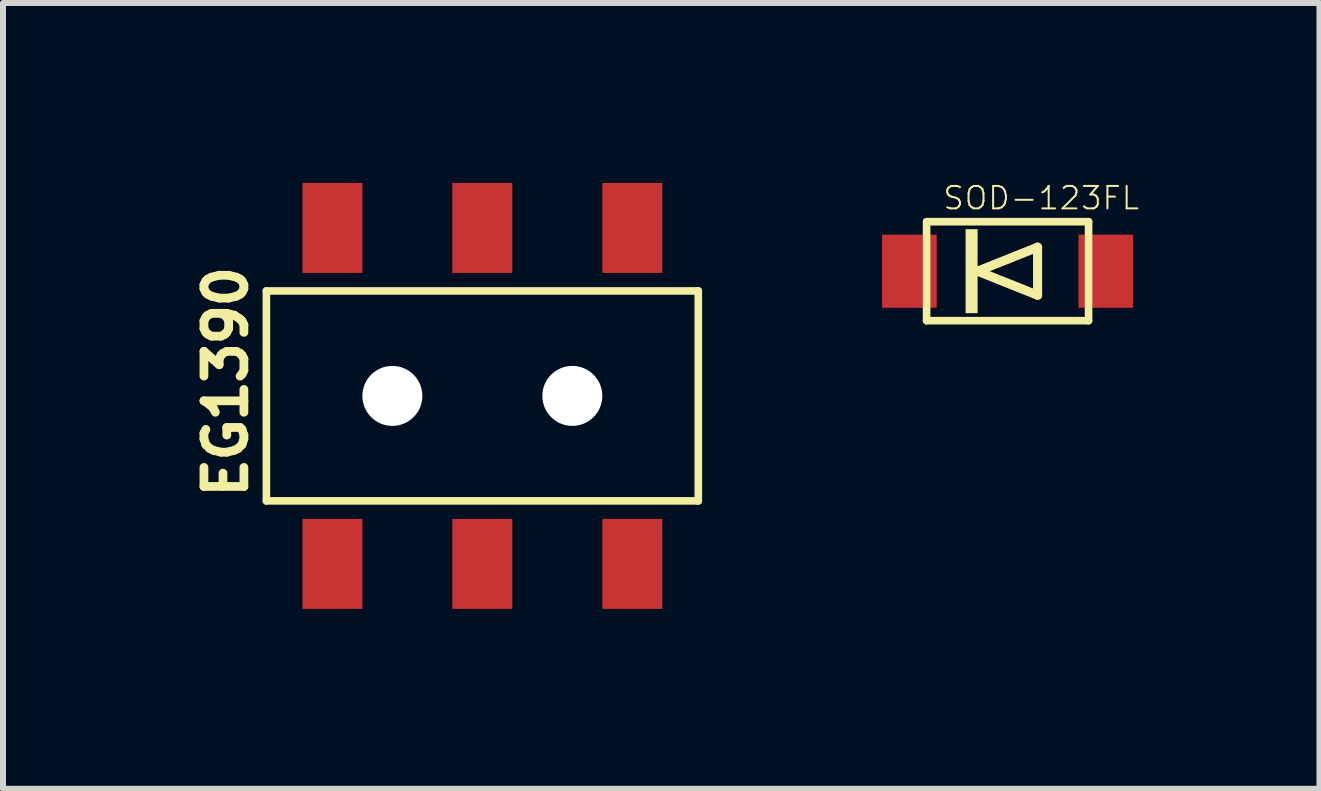
<source format=kicad_pcb>
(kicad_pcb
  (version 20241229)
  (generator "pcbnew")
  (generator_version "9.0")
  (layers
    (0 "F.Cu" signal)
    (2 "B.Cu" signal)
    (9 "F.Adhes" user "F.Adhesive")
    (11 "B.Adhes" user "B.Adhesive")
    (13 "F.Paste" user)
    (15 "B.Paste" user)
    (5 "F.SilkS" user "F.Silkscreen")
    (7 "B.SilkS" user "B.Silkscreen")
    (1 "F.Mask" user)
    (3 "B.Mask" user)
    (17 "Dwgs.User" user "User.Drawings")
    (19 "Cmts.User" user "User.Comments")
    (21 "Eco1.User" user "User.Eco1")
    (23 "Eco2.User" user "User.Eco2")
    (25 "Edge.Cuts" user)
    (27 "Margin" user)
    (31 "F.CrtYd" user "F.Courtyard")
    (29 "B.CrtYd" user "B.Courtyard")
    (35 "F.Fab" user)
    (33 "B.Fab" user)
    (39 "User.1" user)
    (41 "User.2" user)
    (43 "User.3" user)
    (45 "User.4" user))
  (footprint "SOD-123FL"
    (layer "F.Cu")
    (at 13.747 1.471)
    (property "Reference" "SOD-123FL" (at -1.1 -1 0) (layer "F.SilkS") (effects (font (size 0.374 0.374) (thickness 0.033)) (justify left bottom)))
    (fp_line (start -1.35 -0.825) (end 1.35 -0.825) (stroke (width 0.127) (type solid)) (layer "F.SilkS"))
    (fp_line (start -1.35 0.825) (end -1.35 -0.825) (stroke (width 0.127) (type solid)) (layer "F.SilkS"))
    (fp_line (start -0.5 0) (end 0.5 -0.4) (stroke (width 0.152) (type solid)) (layer "F.SilkS"))
    (fp_line (start 0.5 -0.4) (end 0.5 0.4) (stroke (width 0.152) (type solid)) (layer "F.SilkS"))
    (fp_line (start 0.5 0.4) (end -0.5 0) (stroke (width 0.152) (type solid)) (layer "F.SilkS"))
    (fp_line (start 1.35 -0.825) (end 1.35 0.825) (stroke (width 0.127) (type solid)) (layer "F.SilkS"))
    (fp_line (start 1.35 0.825) (end -1.35 0.825) (stroke (width 0.127) (type solid)) (layer "F.SilkS"))
    (fp_poly (pts (xy -0.7 0.7) (xy -0.5 0.7) (xy -0.5 -0.7) (xy -0.7 -0.7)) (stroke (width 0) (type default)) (fill yes) (layer "F.SilkS"))
    (pad "A" smd rect (at 1.637 0) (size 0.91 1.22) (layers "F.Cu" "F.Mask" "F.Paste"))
    (pad "C" smd rect (at -1.637 0) (size 0.91 1.22) (layers "F.Cu" "F.Mask" "F.Paste")))
  (footprint "EG1390"
    (layer "F.Cu")
    (at 4.991 3.55)
    (property "Reference" "EG1390" (at -3.886 1.764 90) (layer "F.SilkS") (effects (font (size 0.666 0.666) (thickness 0.146)) (justify left bottom)))
    (fp_line (start -3.6 -1.75) (end 3.6 -1.75) (stroke (width 0.127) (type solid)) (layer "F.SilkS"))
    (fp_line (start -3.6 1.75) (end -3.6 -1.75) (stroke (width 0.127) (type solid)) (layer "F.SilkS"))
    (fp_line (start 3.6 -1.75) (end 3.6 1.75) (stroke (width 0.127) (type solid)) (layer "F.SilkS"))
    (fp_line (start 3.6 1.75) (end -3.6 1.75) (stroke (width 0.127) (type solid)) (layer "F.SilkS"))
    (pad "" np_thru_hole circle (at -1.5 0) (size 1 1) (drill 1) (layers "*.Cu" "*.Mask"))
    (pad "" np_thru_hole circle (at 1.5 0) (size 1 1) (drill 1) (layers "*.Cu" "*.Mask"))
    (pad "O1" smd rect (at -2.5 -2.8) (size 1 1.5) (layers "F.Cu" "F.Mask" "F.Paste"))
    (pad "O2" smd rect (at -2.5 2.8) (size 1 1.5) (layers "F.Cu" "F.Mask" "F.Paste"))
    (pad "P1" smd rect (at 0 -2.8) (size 1 1.5) (layers "F.Cu" "F.Mask" "F.Paste"))
    (pad "P2" smd rect (at 0 2.8) (size 1 1.5) (layers "F.Cu" "F.Mask" "F.Paste"))
    (pad "S1" smd rect (at 2.5 -2.8) (size 1 1.5) (layers "F.Cu" "F.Mask" "F.Paste"))
    (pad "S2" smd rect (at 2.5 2.8) (size 1 1.5) (layers "F.Cu" "F.Mask" "F.Paste")))
  (gr_rect
    (start -3 -3)
    (end 18.946 10.1)
    (stroke (width 0.1) (type default))
    (fill no)
    (layer "Edge.Cuts")))
</source>
